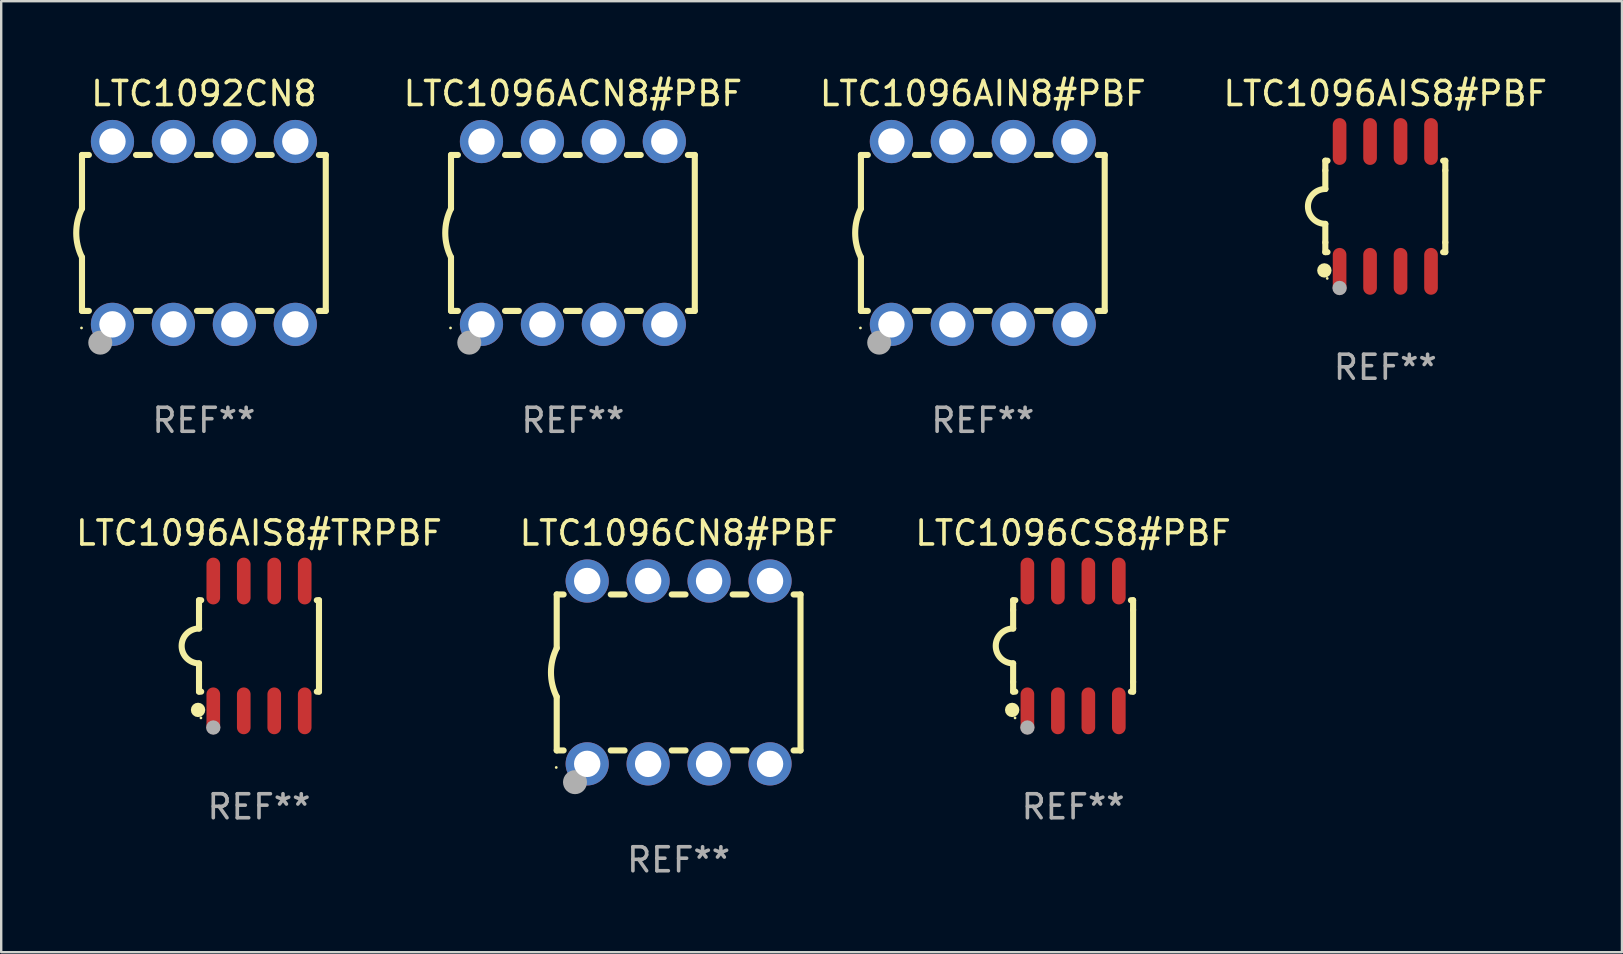
<source format=kicad_pcb>
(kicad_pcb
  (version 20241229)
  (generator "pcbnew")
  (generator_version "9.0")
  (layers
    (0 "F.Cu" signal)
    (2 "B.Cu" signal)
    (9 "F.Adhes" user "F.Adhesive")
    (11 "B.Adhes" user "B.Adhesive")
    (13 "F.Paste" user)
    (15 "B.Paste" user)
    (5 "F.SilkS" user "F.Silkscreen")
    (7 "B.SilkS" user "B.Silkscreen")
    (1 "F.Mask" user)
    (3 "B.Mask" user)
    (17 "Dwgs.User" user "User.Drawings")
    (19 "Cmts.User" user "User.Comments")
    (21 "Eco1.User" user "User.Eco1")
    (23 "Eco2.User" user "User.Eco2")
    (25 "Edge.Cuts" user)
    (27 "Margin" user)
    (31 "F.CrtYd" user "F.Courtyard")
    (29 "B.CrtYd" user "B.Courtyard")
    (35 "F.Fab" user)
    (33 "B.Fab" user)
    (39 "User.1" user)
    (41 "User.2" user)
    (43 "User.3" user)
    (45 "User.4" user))
  (footprint "LTC1096CS8#PBF"
    (layer "F.Cu")
    (at 41.673 23.87)
    (property "Reference" "LTC1096CS8#PBF" (at 0 -4.705 0) (layer "F.SilkS") (effects (font (size 1 1) (thickness 0.15))))
    (attr through_hole)
    (fp_line (start -2.5 -1.905) (end -2.409 -1.905) (stroke (width 0.254) (type solid)) (layer "F.SilkS"))
    (fp_line (start -2.5 -1.5) (end -2.5 -1.905) (stroke (width 0.254) (type solid)) (layer "F.SilkS"))
    (fp_line (start -2.5 -1.5) (end -2.5 -0.726) (stroke (width 0.254) (type solid)) (layer "F.SilkS"))
    (fp_line (start -2.5 1.5) (end -2.5 0.727) (stroke (width 0.254) (type solid)) (layer "F.SilkS"))
    (fp_line (start -2.5 1.5) (end -2.5 1.905) (stroke (width 0.254) (type solid)) (layer "F.SilkS"))
    (fp_line (start -2.5 1.905) (end -2.409 1.905) (stroke (width 0.254) (type solid)) (layer "F.SilkS"))
    (fp_line (start 2.5 -1.905) (end 2.409 -1.905) (stroke (width 0.254) (type solid)) (layer "F.SilkS"))
    (fp_line (start 2.5 -1.5) (end 2.5 -1.905) (stroke (width 0.254) (type solid)) (layer "F.SilkS"))
    (fp_line (start 2.5 -1.5) (end 2.5 1.5) (stroke (width 0.254) (type solid)) (layer "F.SilkS"))
    (fp_line (start 2.5 1.5) (end 2.5 1.905) (stroke (width 0.254) (type solid)) (layer "F.SilkS"))
    (fp_line (start 2.5 1.905) (end 2.409 1.905) (stroke (width 0.254) (type solid)) (layer "F.SilkS"))
    (fp_arc (start -2.5 0.726568) (mid -3.220316 -0.0023) (end -2.495097 -0.726289) (stroke (width 0.254001) (type solid)) (layer "F.SilkS"))
    (fp_circle (center -2.54 2.667) (end -2.39 2.667) (stroke (width 0.3) (type solid)) (fill no) (layer "F.SilkS"))
    (fp_circle (center -2.42 3) (end -2.39 3) (stroke (width 0.06) (type solid)) (fill no) (layer "F.SilkS"))
    (fp_circle (center -1.905 3.4) (end -1.755 3.4) (stroke (width 0.3) (type solid)) (fill no) (layer "F.Fab"))
    (fp_text user "REF**" (at 0 6.705 0) (layer "F.Fab") (effects (font (size 1 1) (thickness 0.15))))
    (pad "1" smd oval (at -1.905 2.705) (size 0.568 1.95) (layers "F.Cu" "F.Mask" "F.Paste"))
    (pad "2" smd oval (at -0.635 2.705) (size 0.568 1.95) (layers "F.Cu" "F.Mask" "F.Paste"))
    (pad "3" smd oval (at 0.635 2.705) (size 0.568 1.95) (layers "F.Cu" "F.Mask" "F.Paste"))
    (pad "4" smd oval (at 1.905 2.705) (size 0.568 1.95) (layers "F.Cu" "F.Mask" "F.Paste"))
    (pad "5" smd oval (at 1.905 -2.705) (size 0.568 1.95) (layers "F.Cu" "F.Mask" "F.Paste"))
    (pad "6" smd oval (at 0.635 -2.705) (size 0.568 1.95) (layers "F.Cu" "F.Mask" "F.Paste"))
    (pad "7" smd oval (at -0.635 -2.705) (size 0.568 1.95) (layers "F.Cu" "F.Mask" "F.Paste"))
    (pad "8" smd oval (at -1.905 -2.705) (size 0.568 1.95) (layers "F.Cu" "F.Mask" "F.Paste")))
  (footprint "LTC1096CN8#PBF"
    (layer "F.Cu")
    (at 25.232 24.975)
    (property "Reference" "LTC1096CN8#PBF" (at 0 -5.81 0) (layer "F.SilkS") (effects (font (size 1 1) (thickness 0.15))))
    (attr through_hole)
    (fp_line (start -5.08 -3.25) (end -5.08 -1.017) (stroke (width 0.254) (type solid)) (layer "F.SilkS"))
    (fp_line (start -5.08 -3.25) (end -4.792 -3.25) (stroke (width 0.254) (type solid)) (layer "F.SilkS"))
    (fp_line (start -5.08 3.25) (end -5.08 1.015) (stroke (width 0.254) (type solid)) (layer "F.SilkS"))
    (fp_line (start -5.08 3.25) (end -4.792 3.25) (stroke (width 0.254) (type solid)) (layer "F.SilkS"))
    (fp_line (start -2.828 -3.25) (end -2.252 -3.25) (stroke (width 0.254) (type solid)) (layer "F.SilkS"))
    (fp_line (start -2.828 3.25) (end -2.252 3.25) (stroke (width 0.254) (type solid)) (layer "F.SilkS"))
    (fp_line (start -0.288 -3.25) (end 0.288 -3.25) (stroke (width 0.254) (type solid)) (layer "F.SilkS"))
    (fp_line (start -0.288 3.25) (end 0.288 3.25) (stroke (width 0.254) (type solid)) (layer "F.SilkS"))
    (fp_line (start 2.252 -3.25) (end 2.828 -3.25) (stroke (width 0.254) (type solid)) (layer "F.SilkS"))
    (fp_line (start 2.252 3.25) (end 2.828 3.25) (stroke (width 0.254) (type solid)) (layer "F.SilkS"))
    (fp_line (start 4.792 -3.25) (end 5.08 -3.25) (stroke (width 0.254) (type solid)) (layer "F.SilkS"))
    (fp_line (start 4.792 3.25) (end 5.08 3.25) (stroke (width 0.254) (type solid)) (layer "F.SilkS"))
    (fp_line (start 5.08 -3.25) (end 5.08 3.25) (stroke (width 0.254) (type solid)) (layer "F.SilkS"))
    (fp_arc (start -5.08001 1.01524) (mid -5.319856 -0.000762) (end -5.08001 -1.016764) (stroke (width 0.254001) (type solid)) (layer "F.SilkS"))
    (fp_circle (center -5.1 3.96) (end -5.07 3.96) (stroke (width 0.06) (type solid)) (fill no) (layer "F.SilkS"))
    (fp_circle (center -4.318 4.572) (end -4.068 4.572) (stroke (width 0.5) (type solid)) (fill no) (layer "F.Fab"))
    (fp_text user "REF**" (at 0 7.81 0) (layer "F.Fab") (effects (font (size 1 1) (thickness 0.15))))
    (pad "1" thru_hole circle (at -3.81 3.81) (size 1.8 1.8) (drill 1.1) (layers "*.Cu" "*.Mask"))
    (pad "2" thru_hole circle (at -1.27 3.81) (size 1.8 1.8) (drill 1.1) (layers "*.Cu" "*.Mask"))
    (pad "3" thru_hole circle (at 1.27 3.81) (size 1.8 1.8) (drill 1.1) (layers "*.Cu" "*.Mask"))
    (pad "4" thru_hole circle (at 3.81 3.81) (size 1.8 1.8) (drill 1.1) (layers "*.Cu" "*.Mask"))
    (pad "5" thru_hole circle (at 3.81 -3.81) (size 1.8 1.8) (drill 1.1) (layers "*.Cu" "*.Mask"))
    (pad "6" thru_hole circle (at 1.27 -3.81) (size 1.8 1.8) (drill 1.1) (layers "*.Cu" "*.Mask"))
    (pad "7" thru_hole circle (at -1.27 -3.81) (size 1.8 1.8) (drill 1.1) (layers "*.Cu" "*.Mask"))
    (pad "8" thru_hole circle (at -3.81 -3.81) (size 1.8 1.8) (drill 1.1) (layers "*.Cu" "*.Mask")))
  (footprint "LTC1096AIN8#PBF"
    (layer "F.Cu")
    (at 37.91 6.658)
    (property "Reference" "LTC1096AIN8#PBF" (at 0 -5.81 0) (layer "F.SilkS") (effects (font (size 1 1) (thickness 0.15))))
    (attr through_hole)
    (fp_line (start -5.08 -3.25) (end -5.08 -1.017) (stroke (width 0.254) (type solid)) (layer "F.SilkS"))
    (fp_line (start -5.08 -3.25) (end -4.792 -3.25) (stroke (width 0.254) (type solid)) (layer "F.SilkS"))
    (fp_line (start -5.08 3.25) (end -5.08 1.015) (stroke (width 0.254) (type solid)) (layer "F.SilkS"))
    (fp_line (start -5.08 3.25) (end -4.792 3.25) (stroke (width 0.254) (type solid)) (layer "F.SilkS"))
    (fp_line (start -2.828 -3.25) (end -2.252 -3.25) (stroke (width 0.254) (type solid)) (layer "F.SilkS"))
    (fp_line (start -2.828 3.25) (end -2.252 3.25) (stroke (width 0.254) (type solid)) (layer "F.SilkS"))
    (fp_line (start -0.288 -3.25) (end 0.288 -3.25) (stroke (width 0.254) (type solid)) (layer "F.SilkS"))
    (fp_line (start -0.288 3.25) (end 0.288 3.25) (stroke (width 0.254) (type solid)) (layer "F.SilkS"))
    (fp_line (start 2.252 -3.25) (end 2.828 -3.25) (stroke (width 0.254) (type solid)) (layer "F.SilkS"))
    (fp_line (start 2.252 3.25) (end 2.828 3.25) (stroke (width 0.254) (type solid)) (layer "F.SilkS"))
    (fp_line (start 4.792 -3.25) (end 5.08 -3.25) (stroke (width 0.254) (type solid)) (layer "F.SilkS"))
    (fp_line (start 4.792 3.25) (end 5.08 3.25) (stroke (width 0.254) (type solid)) (layer "F.SilkS"))
    (fp_line (start 5.08 -3.25) (end 5.08 3.25) (stroke (width 0.254) (type solid)) (layer "F.SilkS"))
    (fp_arc (start -5.08001 1.01524) (mid -5.319856 -0.000762) (end -5.08001 -1.016764) (stroke (width 0.254001) (type solid)) (layer "F.SilkS"))
    (fp_circle (center -5.1 3.96) (end -5.07 3.96) (stroke (width 0.06) (type solid)) (fill no) (layer "F.SilkS"))
    (fp_circle (center -4.318 4.572) (end -4.068 4.572) (stroke (width 0.5) (type solid)) (fill no) (layer "F.Fab"))
    (fp_text user "REF**" (at 0 7.81 0) (layer "F.Fab") (effects (font (size 1 1) (thickness 0.15))))
    (pad "1" thru_hole circle (at -3.81 3.81) (size 1.8 1.8) (drill 1.1) (layers "*.Cu" "*.Mask"))
    (pad "2" thru_hole circle (at -1.27 3.81) (size 1.8 1.8) (drill 1.1) (layers "*.Cu" "*.Mask"))
    (pad "3" thru_hole circle (at 1.27 3.81) (size 1.8 1.8) (drill 1.1) (layers "*.Cu" "*.Mask"))
    (pad "4" thru_hole circle (at 3.81 3.81) (size 1.8 1.8) (drill 1.1) (layers "*.Cu" "*.Mask"))
    (pad "5" thru_hole circle (at 3.81 -3.81) (size 1.8 1.8) (drill 1.1) (layers "*.Cu" "*.Mask"))
    (pad "6" thru_hole circle (at 1.27 -3.81) (size 1.8 1.8) (drill 1.1) (layers "*.Cu" "*.Mask"))
    (pad "7" thru_hole circle (at -1.27 -3.81) (size 1.8 1.8) (drill 1.1) (layers "*.Cu" "*.Mask"))
    (pad "8" thru_hole circle (at -3.81 -3.81) (size 1.8 1.8) (drill 1.1) (layers "*.Cu" "*.Mask")))
  (footprint "LTC1096AIS8#TRPBF"
    (layer "F.Cu")
    (at 7.744 23.87)
    (property "Reference" "LTC1096AIS8#TRPBF" (at 0 -4.705 0) (layer "F.SilkS") (effects (font (size 1 1) (thickness 0.15))))
    (attr through_hole)
    (fp_line (start -2.5 -1.905) (end -2.409 -1.905) (stroke (width 0.254) (type solid)) (layer "F.SilkS"))
    (fp_line (start -2.5 -1.5) (end -2.5 -1.905) (stroke (width 0.254) (type solid)) (layer "F.SilkS"))
    (fp_line (start -2.5 -1.5) (end -2.5 -0.726) (stroke (width 0.254) (type solid)) (layer "F.SilkS"))
    (fp_line (start -2.5 1.5) (end -2.5 0.727) (stroke (width 0.254) (type solid)) (layer "F.SilkS"))
    (fp_line (start -2.5 1.5) (end -2.5 1.905) (stroke (width 0.254) (type solid)) (layer "F.SilkS"))
    (fp_line (start -2.5 1.905) (end -2.409 1.905) (stroke (width 0.254) (type solid)) (layer "F.SilkS"))
    (fp_line (start 2.5 -1.905) (end 2.409 -1.905) (stroke (width 0.254) (type solid)) (layer "F.SilkS"))
    (fp_line (start 2.5 -1.5) (end 2.5 -1.905) (stroke (width 0.254) (type solid)) (layer "F.SilkS"))
    (fp_line (start 2.5 -1.5) (end 2.5 1.5) (stroke (width 0.254) (type solid)) (layer "F.SilkS"))
    (fp_line (start 2.5 1.5) (end 2.5 1.905) (stroke (width 0.254) (type solid)) (layer "F.SilkS"))
    (fp_line (start 2.5 1.905) (end 2.409 1.905) (stroke (width 0.254) (type solid)) (layer "F.SilkS"))
    (fp_arc (start -2.5 0.726568) (mid -3.220316 -0.0023) (end -2.495097 -0.726289) (stroke (width 0.254001) (type solid)) (layer "F.SilkS"))
    (fp_circle (center -2.54 2.667) (end -2.39 2.667) (stroke (width 0.3) (type solid)) (fill no) (layer "F.SilkS"))
    (fp_circle (center -2.42 3) (end -2.39 3) (stroke (width 0.06) (type solid)) (fill no) (layer "F.SilkS"))
    (fp_circle (center -1.905 3.4) (end -1.755 3.4) (stroke (width 0.3) (type solid)) (fill no) (layer "F.Fab"))
    (fp_text user "REF**" (at 0 6.705 0) (layer "F.Fab") (effects (font (size 1 1) (thickness 0.15))))
    (pad "1" smd oval (at -1.905 2.705) (size 0.568 1.95) (layers "F.Cu" "F.Mask" "F.Paste"))
    (pad "2" smd oval (at -0.635 2.705) (size 0.568 1.95) (layers "F.Cu" "F.Mask" "F.Paste"))
    (pad "3" smd oval (at 0.635 2.705) (size 0.568 1.95) (layers "F.Cu" "F.Mask" "F.Paste"))
    (pad "4" smd oval (at 1.905 2.705) (size 0.568 1.95) (layers "F.Cu" "F.Mask" "F.Paste"))
    (pad "5" smd oval (at 1.905 -2.705) (size 0.568 1.95) (layers "F.Cu" "F.Mask" "F.Paste"))
    (pad "6" smd oval (at 0.635 -2.705) (size 0.568 1.95) (layers "F.Cu" "F.Mask" "F.Paste"))
    (pad "7" smd oval (at -0.635 -2.705) (size 0.568 1.95) (layers "F.Cu" "F.Mask" "F.Paste"))
    (pad "8" smd oval (at -1.905 -2.705) (size 0.568 1.95) (layers "F.Cu" "F.Mask" "F.Paste")))
  (footprint "LTC1096AIS8#PBF"
    (layer "F.Cu")
    (at 54.684 5.553)
    (property "Reference" "LTC1096AIS8#PBF" (at 0 -4.705 0) (layer "F.SilkS") (effects (font (size 1 1) (thickness 0.15))))
    (attr through_hole)
    (fp_line (start -2.5 -1.905) (end -2.409 -1.905) (stroke (width 0.254) (type solid)) (layer "F.SilkS"))
    (fp_line (start -2.5 -1.5) (end -2.5 -1.905) (stroke (width 0.254) (type solid)) (layer "F.SilkS"))
    (fp_line (start -2.5 -1.5) (end -2.5 -0.726) (stroke (width 0.254) (type solid)) (layer "F.SilkS"))
    (fp_line (start -2.5 1.5) (end -2.5 0.727) (stroke (width 0.254) (type solid)) (layer "F.SilkS"))
    (fp_line (start -2.5 1.5) (end -2.5 1.905) (stroke (width 0.254) (type solid)) (layer "F.SilkS"))
    (fp_line (start -2.5 1.905) (end -2.409 1.905) (stroke (width 0.254) (type solid)) (layer "F.SilkS"))
    (fp_line (start 2.5 -1.905) (end 2.409 -1.905) (stroke (width 0.254) (type solid)) (layer "F.SilkS"))
    (fp_line (start 2.5 -1.5) (end 2.5 -1.905) (stroke (width 0.254) (type solid)) (layer "F.SilkS"))
    (fp_line (start 2.5 -1.5) (end 2.5 1.5) (stroke (width 0.254) (type solid)) (layer "F.SilkS"))
    (fp_line (start 2.5 1.5) (end 2.5 1.905) (stroke (width 0.254) (type solid)) (layer "F.SilkS"))
    (fp_line (start 2.5 1.905) (end 2.409 1.905) (stroke (width 0.254) (type solid)) (layer "F.SilkS"))
    (fp_arc (start -2.5 0.726568) (mid -3.220316 -0.0023) (end -2.495097 -0.726289) (stroke (width 0.254001) (type solid)) (layer "F.SilkS"))
    (fp_circle (center -2.54 2.667) (end -2.39 2.667) (stroke (width 0.3) (type solid)) (fill no) (layer "F.SilkS"))
    (fp_circle (center -2.42 3) (end -2.39 3) (stroke (width 0.06) (type solid)) (fill no) (layer "F.SilkS"))
    (fp_circle (center -1.905 3.4) (end -1.755 3.4) (stroke (width 0.3) (type solid)) (fill no) (layer "F.Fab"))
    (fp_text user "REF**" (at 0 6.705 0) (layer "F.Fab") (effects (font (size 1 1) (thickness 0.15))))
    (pad "1" smd oval (at -1.905 2.705) (size 0.568 1.95) (layers "F.Cu" "F.Mask" "F.Paste"))
    (pad "2" smd oval (at -0.635 2.705) (size 0.568 1.95) (layers "F.Cu" "F.Mask" "F.Paste"))
    (pad "3" smd oval (at 0.635 2.705) (size 0.568 1.95) (layers "F.Cu" "F.Mask" "F.Paste"))
    (pad "4" smd oval (at 1.905 2.705) (size 0.568 1.95) (layers "F.Cu" "F.Mask" "F.Paste"))
    (pad "5" smd oval (at 1.905 -2.705) (size 0.568 1.95) (layers "F.Cu" "F.Mask" "F.Paste"))
    (pad "6" smd oval (at 0.635 -2.705) (size 0.568 1.95) (layers "F.Cu" "F.Mask" "F.Paste"))
    (pad "7" smd oval (at -0.635 -2.705) (size 0.568 1.95) (layers "F.Cu" "F.Mask" "F.Paste"))
    (pad "8" smd oval (at -1.905 -2.705) (size 0.568 1.95) (layers "F.Cu" "F.Mask" "F.Paste")))
  (footprint "LTC1096ACN8#PBF"
    (layer "F.Cu")
    (at 20.826 6.658)
    (property "Reference" "LTC1096ACN8#PBF" (at 0 -5.81 0) (layer "F.SilkS") (effects (font (size 1 1) (thickness 0.15))))
    (attr through_hole)
    (fp_line (start -5.08 -3.25) (end -5.08 -1.017) (stroke (width 0.254) (type solid)) (layer "F.SilkS"))
    (fp_line (start -5.08 -3.25) (end -4.792 -3.25) (stroke (width 0.254) (type solid)) (layer "F.SilkS"))
    (fp_line (start -5.08 3.25) (end -5.08 1.015) (stroke (width 0.254) (type solid)) (layer "F.SilkS"))
    (fp_line (start -5.08 3.25) (end -4.792 3.25) (stroke (width 0.254) (type solid)) (layer "F.SilkS"))
    (fp_line (start -2.828 -3.25) (end -2.252 -3.25) (stroke (width 0.254) (type solid)) (layer "F.SilkS"))
    (fp_line (start -2.828 3.25) (end -2.252 3.25) (stroke (width 0.254) (type solid)) (layer "F.SilkS"))
    (fp_line (start -0.288 -3.25) (end 0.288 -3.25) (stroke (width 0.254) (type solid)) (layer "F.SilkS"))
    (fp_line (start -0.288 3.25) (end 0.288 3.25) (stroke (width 0.254) (type solid)) (layer "F.SilkS"))
    (fp_line (start 2.252 -3.25) (end 2.828 -3.25) (stroke (width 0.254) (type solid)) (layer "F.SilkS"))
    (fp_line (start 2.252 3.25) (end 2.828 3.25) (stroke (width 0.254) (type solid)) (layer "F.SilkS"))
    (fp_line (start 4.792 -3.25) (end 5.08 -3.25) (stroke (width 0.254) (type solid)) (layer "F.SilkS"))
    (fp_line (start 4.792 3.25) (end 5.08 3.25) (stroke (width 0.254) (type solid)) (layer "F.SilkS"))
    (fp_line (start 5.08 -3.25) (end 5.08 3.25) (stroke (width 0.254) (type solid)) (layer "F.SilkS"))
    (fp_arc (start -5.08001 1.01524) (mid -5.319856 -0.000762) (end -5.08001 -1.016764) (stroke (width 0.254001) (type solid)) (layer "F.SilkS"))
    (fp_circle (center -5.1 3.96) (end -5.07 3.96) (stroke (width 0.06) (type solid)) (fill no) (layer "F.SilkS"))
    (fp_circle (center -4.318 4.572) (end -4.068 4.572) (stroke (width 0.5) (type solid)) (fill no) (layer "F.Fab"))
    (fp_text user "REF**" (at 0 7.81 0) (layer "F.Fab") (effects (font (size 1 1) (thickness 0.15))))
    (pad "1" thru_hole circle (at -3.81 3.81) (size 1.8 1.8) (drill 1.1) (layers "*.Cu" "*.Mask"))
    (pad "2" thru_hole circle (at -1.27 3.81) (size 1.8 1.8) (drill 1.1) (layers "*.Cu" "*.Mask"))
    (pad "3" thru_hole circle (at 1.27 3.81) (size 1.8 1.8) (drill 1.1) (layers "*.Cu" "*.Mask"))
    (pad "4" thru_hole circle (at 3.81 3.81) (size 1.8 1.8) (drill 1.1) (layers "*.Cu" "*.Mask"))
    (pad "5" thru_hole circle (at 3.81 -3.81) (size 1.8 1.8) (drill 1.1) (layers "*.Cu" "*.Mask"))
    (pad "6" thru_hole circle (at 1.27 -3.81) (size 1.8 1.8) (drill 1.1) (layers "*.Cu" "*.Mask"))
    (pad "7" thru_hole circle (at -1.27 -3.81) (size 1.8 1.8) (drill 1.1) (layers "*.Cu" "*.Mask"))
    (pad "8" thru_hole circle (at -3.81 -3.81) (size 1.8 1.8) (drill 1.1) (layers "*.Cu" "*.Mask")))
  (footprint "LTC1092CN8"
    (layer "F.Cu")
    (at 5.447 6.658)
    (property "Reference" "LTC1092CN8" (at 0 -5.81 0) (layer "F.SilkS") (effects (font (size 1 1) (thickness 0.15))))
    (attr through_hole)
    (fp_line (start -5.08 -3.25) (end -5.08 -1.017) (stroke (width 0.254) (type solid)) (layer "F.SilkS"))
    (fp_line (start -5.08 -3.25) (end -4.792 -3.25) (stroke (width 0.254) (type solid)) (layer "F.SilkS"))
    (fp_line (start -5.08 3.25) (end -5.08 1.015) (stroke (width 0.254) (type solid)) (layer "F.SilkS"))
    (fp_line (start -5.08 3.25) (end -4.792 3.25) (stroke (width 0.254) (type solid)) (layer "F.SilkS"))
    (fp_line (start -2.828 -3.25) (end -2.252 -3.25) (stroke (width 0.254) (type solid)) (layer "F.SilkS"))
    (fp_line (start -2.828 3.25) (end -2.252 3.25) (stroke (width 0.254) (type solid)) (layer "F.SilkS"))
    (fp_line (start -0.288 -3.25) (end 0.288 -3.25) (stroke (width 0.254) (type solid)) (layer "F.SilkS"))
    (fp_line (start -0.288 3.25) (end 0.288 3.25) (stroke (width 0.254) (type solid)) (layer "F.SilkS"))
    (fp_line (start 2.252 -3.25) (end 2.828 -3.25) (stroke (width 0.254) (type solid)) (layer "F.SilkS"))
    (fp_line (start 2.252 3.25) (end 2.828 3.25) (stroke (width 0.254) (type solid)) (layer "F.SilkS"))
    (fp_line (start 4.792 -3.25) (end 5.08 -3.25) (stroke (width 0.254) (type solid)) (layer "F.SilkS"))
    (fp_line (start 4.792 3.25) (end 5.08 3.25) (stroke (width 0.254) (type solid)) (layer "F.SilkS"))
    (fp_line (start 5.08 -3.25) (end 5.08 3.25) (stroke (width 0.254) (type solid)) (layer "F.SilkS"))
    (fp_arc (start -5.08001 1.01524) (mid -5.319856 -0.000762) (end -5.08001 -1.016764) (stroke (width 0.254001) (type solid)) (layer "F.SilkS"))
    (fp_circle (center -5.1 3.96) (end -5.07 3.96) (stroke (width 0.06) (type solid)) (fill no) (layer "F.SilkS"))
    (fp_circle (center -4.318 4.572) (end -4.068 4.572) (stroke (width 0.5) (type solid)) (fill no) (layer "F.Fab"))
    (fp_text user "REF**" (at 0 7.81 0) (layer "F.Fab") (effects (font (size 1 1) (thickness 0.15))))
    (pad "1" thru_hole circle (at -3.81 3.81) (size 1.8 1.8) (drill 1.1) (layers "*.Cu" "*.Mask"))
    (pad "2" thru_hole circle (at -1.27 3.81) (size 1.8 1.8) (drill 1.1) (layers "*.Cu" "*.Mask"))
    (pad "3" thru_hole circle (at 1.27 3.81) (size 1.8 1.8) (drill 1.1) (layers "*.Cu" "*.Mask"))
    (pad "4" thru_hole circle (at 3.81 3.81) (size 1.8 1.8) (drill 1.1) (layers "*.Cu" "*.Mask"))
    (pad "5" thru_hole circle (at 3.81 -3.81) (size 1.8 1.8) (drill 1.1) (layers "*.Cu" "*.Mask"))
    (pad "6" thru_hole circle (at 1.27 -3.81) (size 1.8 1.8) (drill 1.1) (layers "*.Cu" "*.Mask"))
    (pad "7" thru_hole circle (at -1.27 -3.81) (size 1.8 1.8) (drill 1.1) (layers "*.Cu" "*.Mask"))
    (pad "8" thru_hole circle (at -3.81 -3.81) (size 1.8 1.8) (drill 1.1) (layers "*.Cu" "*.Mask")))
  (gr_rect
    (start -3 -3)
    (end 64.547 36.633)
    (stroke (width 0.1) (type default))
    (fill no)
    (layer "Edge.Cuts")))
</source>
